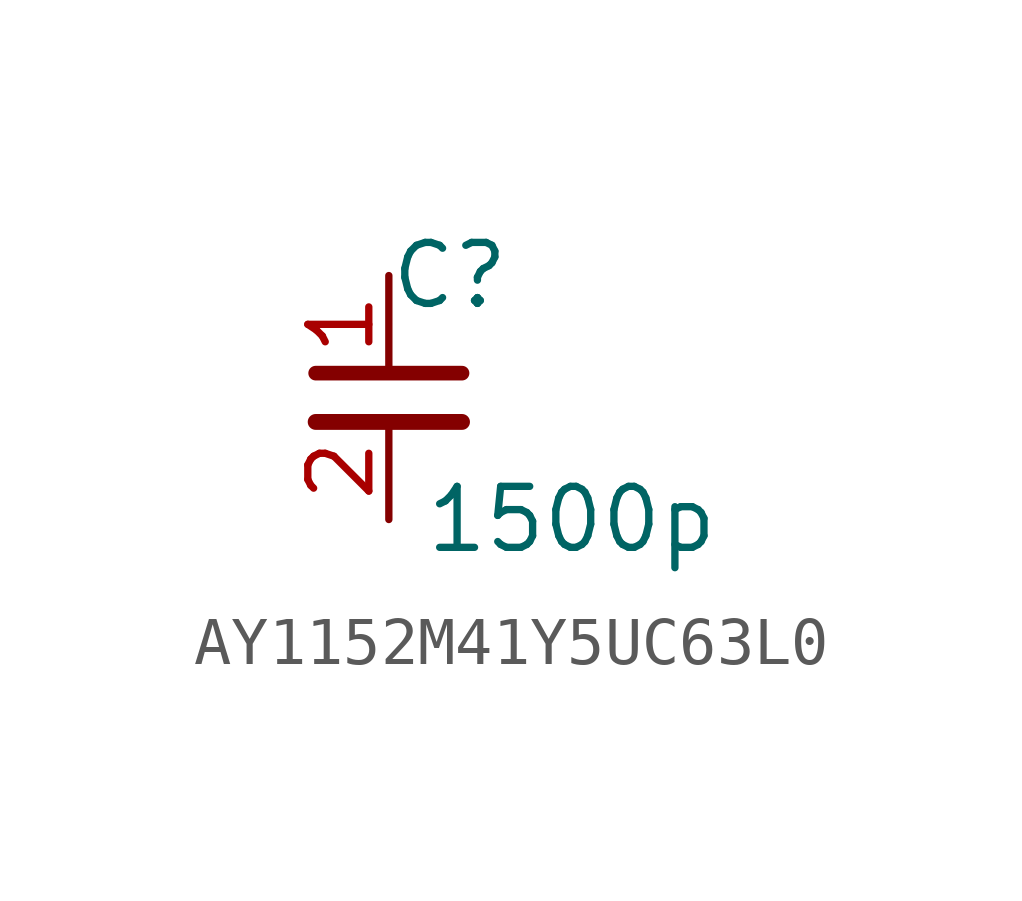
<source format=kicad_sym>
(kicad_symbol_lib
  (version 20220914)
  (generator kicad_symbol_editor)
  (symbol "AY1152M41Y5UC63L0"
    (property "Reference" "C"
      (at 1.27 2.54 0)
      (effects (font (size 1.27 1.27))))
    (property "Value" "1500p"
      (at 3.81 -2.54 0)
      (effects (font (size 1.27 1.27))))
    (symbol "AY1152M41Y5UC63L0_0_1"
      (polyline (pts (xy -1.524 -0.508) (xy 1.524 -0.508)) (stroke (width 0.33) (type default)) (fill (type none)))
      (polyline (pts (xy -1.524 0.508) (xy 1.524 0.508)) (stroke (width 0.305) (type default)) (fill (type none))))
    (symbol "AY1152M41Y5UC63L0_1_1"
      (pin passive line (at 0 2.54 270) (length 2.032) (name "~" (effects (font (size 1.27 1.27)))) (number "1" (effects (font (size 1.27 1.27)))))
      (pin passive line (at 0 -2.54 90) (length 2.032) (name "~" (effects (font (size 1.27 1.27)))) (number "2" (effects (font (size 1.27 1.27))))))))
</source>
